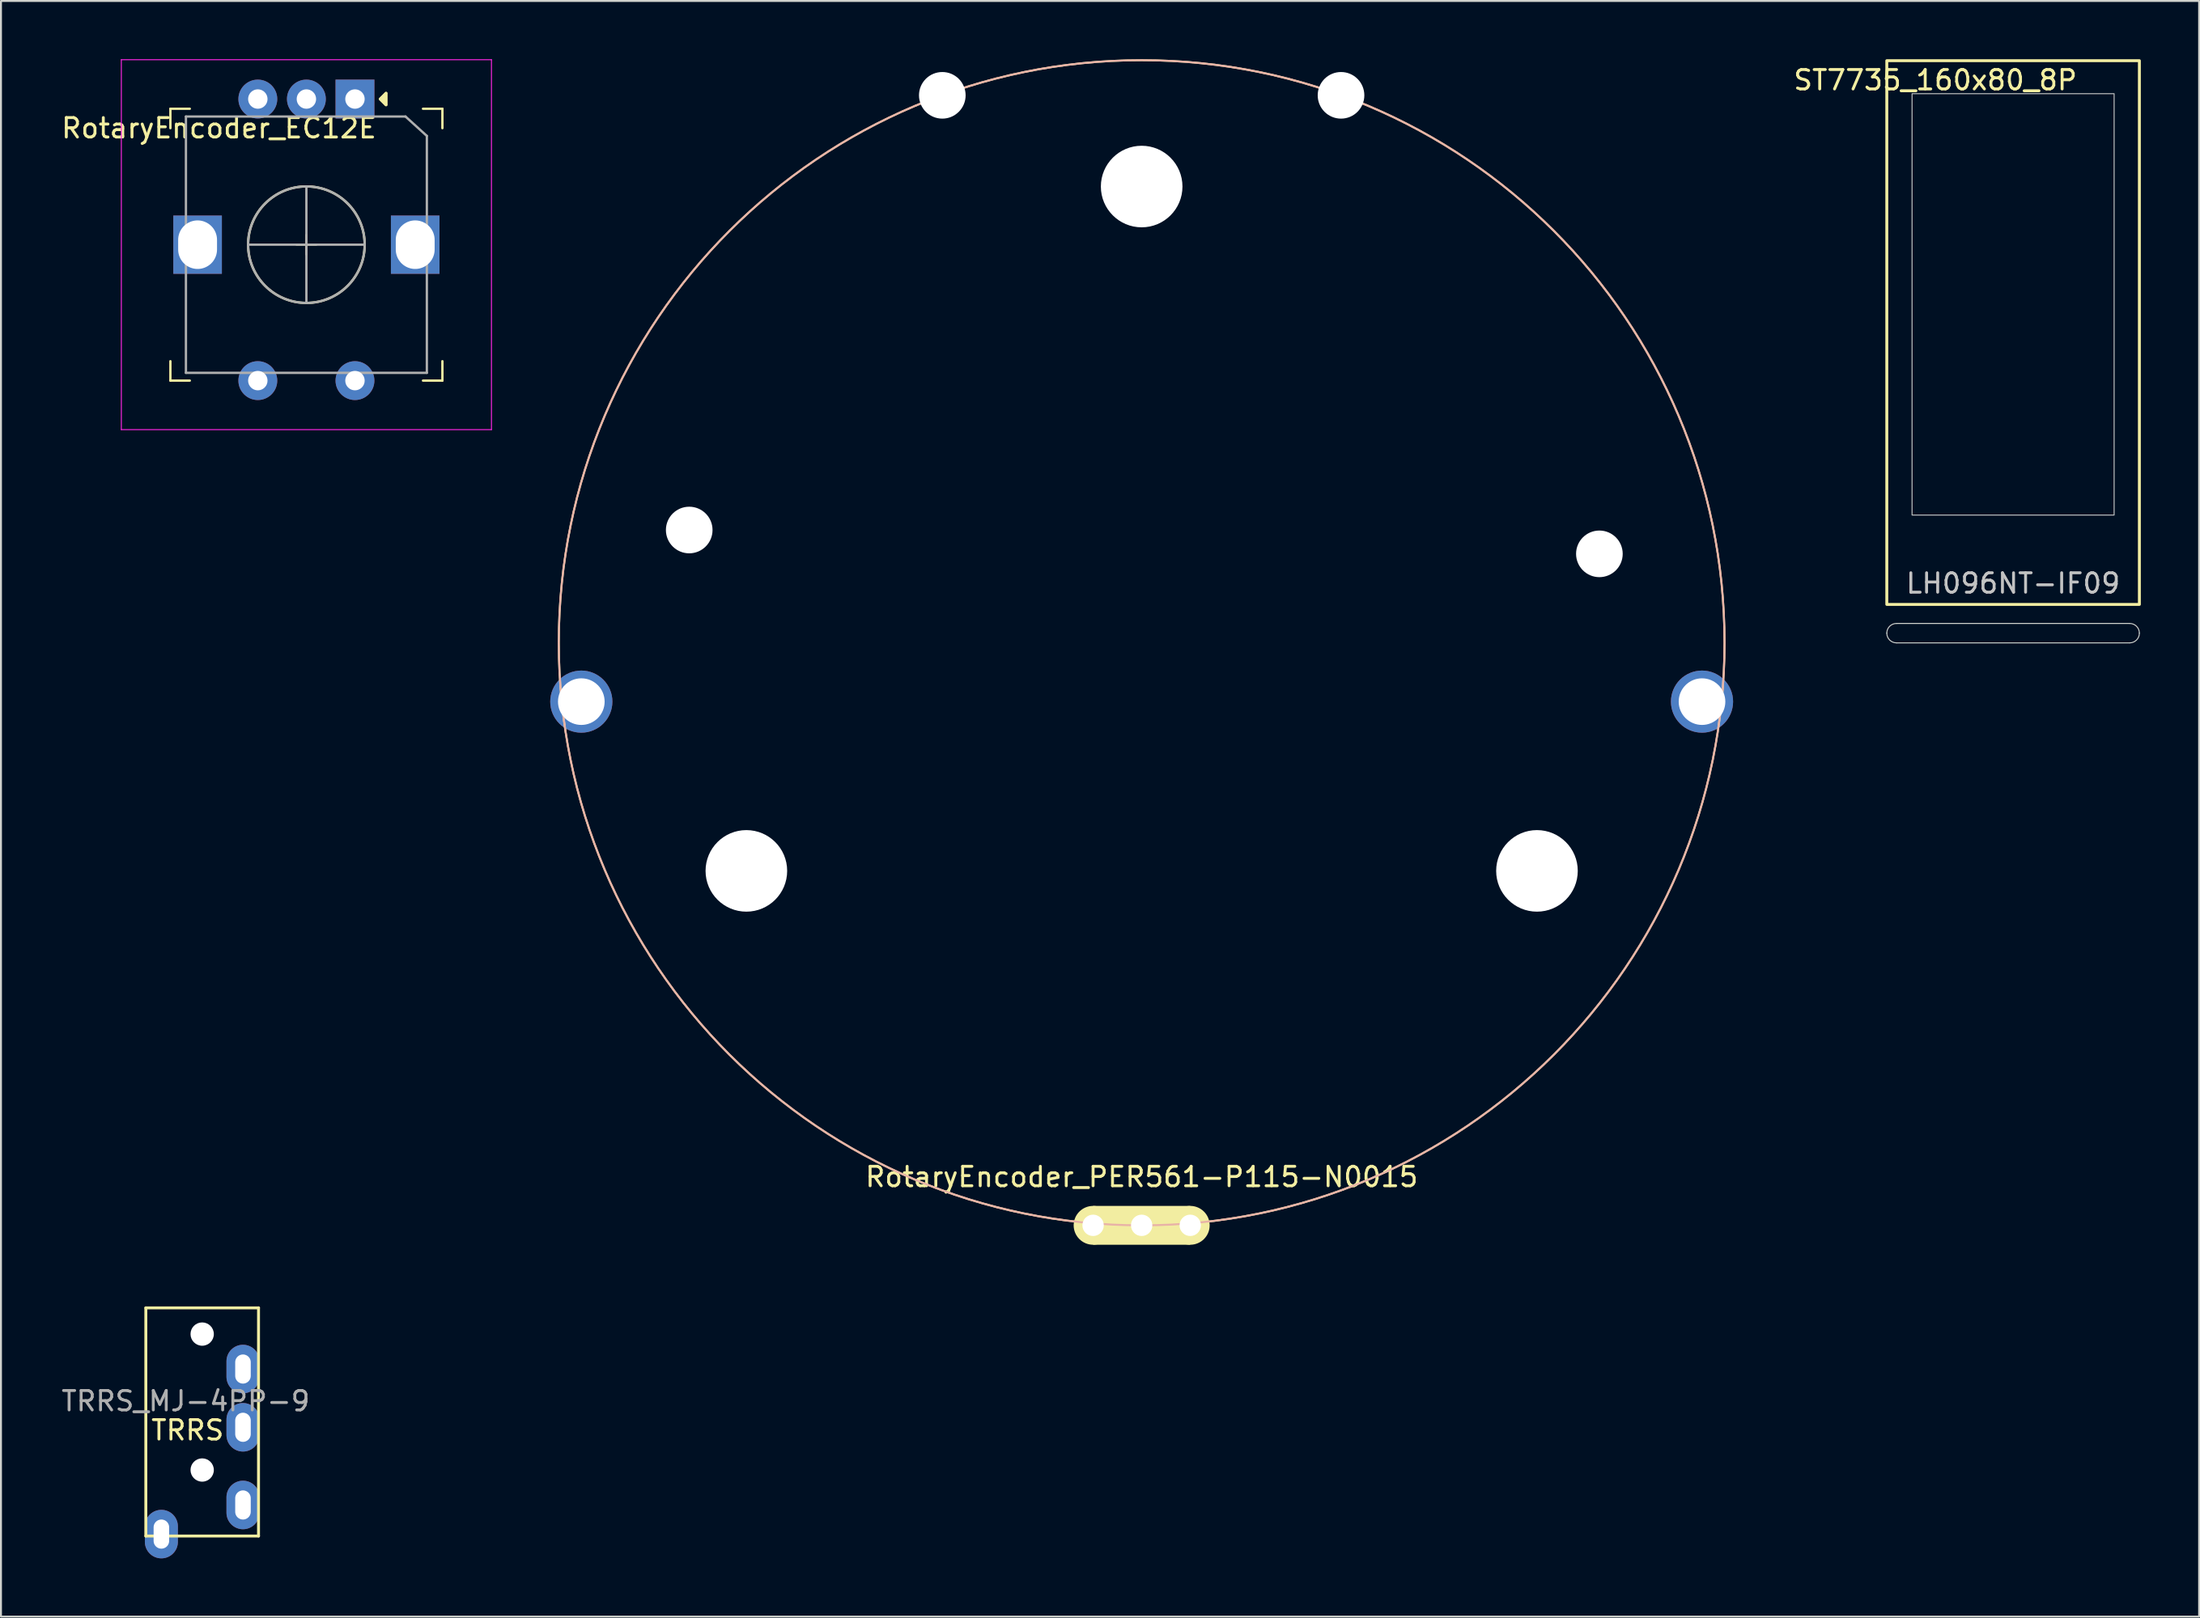
<source format=kicad_pcb>
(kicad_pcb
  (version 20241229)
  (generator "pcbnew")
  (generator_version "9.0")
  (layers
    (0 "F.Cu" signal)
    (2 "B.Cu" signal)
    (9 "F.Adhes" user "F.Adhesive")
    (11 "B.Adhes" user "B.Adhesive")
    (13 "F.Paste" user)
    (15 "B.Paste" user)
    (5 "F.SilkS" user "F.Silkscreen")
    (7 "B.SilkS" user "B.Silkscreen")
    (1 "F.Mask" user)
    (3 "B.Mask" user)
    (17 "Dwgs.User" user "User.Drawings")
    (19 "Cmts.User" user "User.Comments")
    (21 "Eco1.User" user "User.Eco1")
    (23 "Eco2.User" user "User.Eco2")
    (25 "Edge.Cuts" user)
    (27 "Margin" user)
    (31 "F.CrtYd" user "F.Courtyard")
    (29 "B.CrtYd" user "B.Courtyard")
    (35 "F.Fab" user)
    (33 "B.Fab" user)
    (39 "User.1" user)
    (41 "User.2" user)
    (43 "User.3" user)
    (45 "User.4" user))
  (footprint "RotaryEncoder_EC12E"
    (layer "F.Cu")
    (at 12.72 9.55)
    (property "Reference" "RotaryEncoder_EC12E" (at -4.5 -6 0) (unlocked yes) (layer "F.SilkS") (effects (font (size 1 1) (thickness 0.15))))
    (attr through_hole)
    (fp_line (start -7 -7) (end -7 -6) (stroke (width 0.12) (type solid)) (layer "F.SilkS"))
    (fp_line (start -7 6) (end -7 7) (stroke (width 0.12) (type solid)) (layer "F.SilkS"))
    (fp_line (start -7 7) (end -6 7) (stroke (width 0.12) (type solid)) (layer "F.SilkS"))
    (fp_line (start -6 -7) (end -7 -7) (stroke (width 0.12) (type solid)) (layer "F.SilkS"))
    (fp_line (start 0 -0.5) (end 0 0.5) (stroke (width 0.12) (type solid)) (layer "F.SilkS"))
    (fp_line (start 0.5 0) (end -0.5 0) (stroke (width 0.12) (type solid)) (layer "F.SilkS"))
    (fp_line (start 3.8 -7.5) (end 4.1 -7.8) (stroke (width 0.12) (type solid)) (layer "F.SilkS"))
    (fp_line (start 4.1 -7.8) (end 4.1 -7.2) (stroke (width 0.12) (type solid)) (layer "F.SilkS"))
    (fp_line (start 4.1 -7.2) (end 3.8 -7.5) (stroke (width 0.12) (type solid)) (layer "F.SilkS"))
    (fp_line (start 6 7) (end 7 7) (stroke (width 0.12) (type solid)) (layer "F.SilkS"))
    (fp_line (start 7 -7) (end 6 -7) (stroke (width 0.12) (type solid)) (layer "F.SilkS"))
    (fp_line (start 7 -6) (end 7 -7) (stroke (width 0.12) (type solid)) (layer "F.SilkS"))
    (fp_line (start 7 6) (end 7 7) (stroke (width 0.12) (type solid)) (layer "F.SilkS"))
    (fp_circle (center 0 0) (end 0 3) (stroke (width 0.12) (type solid)) (fill no) (layer "F.SilkS"))
    (fp_poly (pts (xy 3.8 -7.5) (xy 4.1 -7.8) (xy 4.1 -7.2)) (stroke (width 0.15) (type solid)) (fill yes) (layer "F.SilkS"))
    (fp_line (start -7 -7) (end -7 7) (stroke (width 0.12) (type solid)) (layer "Eco1.User"))
    (fp_line (start -7 7) (end -3.75 7) (stroke (width 0.12) (type solid)) (layer "Eco1.User"))
    (fp_line (start -3.75 8) (end -3.75 7) (stroke (width 0.12) (type solid)) (layer "Eco1.User"))
    (fp_line (start -3.5 -8.5) (end -3.5 -7) (stroke (width 0.12) (type solid)) (layer "Eco1.User"))
    (fp_line (start -3.5 -7) (end -7 -7) (stroke (width 0.12) (type solid)) (layer "Eco1.User"))
    (fp_line (start 3.75 -8.5) (end -3.5 -8.5) (stroke (width 0.12) (type solid)) (layer "Eco1.User"))
    (fp_line (start 3.75 -7) (end 3.75 -8.5) (stroke (width 0.12) (type solid)) (layer "Eco1.User"))
    (fp_line (start 3.75 -7) (end 7 -7) (stroke (width 0.12) (type solid)) (layer "Eco1.User"))
    (fp_line (start 3.75 7) (end 3.75 8) (stroke (width 0.12) (type solid)) (layer "Eco1.User"))
    (fp_line (start 3.75 7) (end 7 7) (stroke (width 0.12) (type solid)) (layer "Eco1.User"))
    (fp_line (start 3.75 8) (end -3.75 8) (stroke (width 0.12) (type solid)) (layer "Eco1.User"))
    (fp_line (start 7 7) (end 7 -7) (stroke (width 0.12) (type solid)) (layer "Eco1.User"))
    (fp_line (start -9.525 9.525) (end -9.525 -9.525) (stroke (width 0.05) (type solid)) (layer "F.CrtYd"))
    (fp_line (start -9.525 9.525) (end 9.525 9.525) (stroke (width 0.05) (type solid)) (layer "F.CrtYd"))
    (fp_line (start 9.525 -9.525) (end -9.525 -9.525) (stroke (width 0.05) (type solid)) (layer "F.CrtYd"))
    (fp_line (start 9.525 -9.525) (end 9.525 9.525) (stroke (width 0.05) (type solid)) (layer "F.CrtYd"))
    (fp_line (start -6.2 -6.6) (end 5.1 -6.6) (stroke (width 0.12) (type solid)) (layer "F.Fab"))
    (fp_line (start -6.2 6.6) (end -6.2 -6.6) (stroke (width 0.12) (type solid)) (layer "F.Fab"))
    (fp_line (start 0 -3) (end 0 3) (stroke (width 0.12) (type solid)) (layer "F.Fab"))
    (fp_line (start 3 0) (end -3 0) (stroke (width 0.12) (type solid)) (layer "F.Fab"))
    (fp_line (start 5.1 -6.6) (end 6.2 -5.6) (stroke (width 0.12) (type solid)) (layer "F.Fab"))
    (fp_line (start 6.2 -5.6) (end 6.2 6.6) (stroke (width 0.12) (type solid)) (layer "F.Fab"))
    (fp_line (start 6.2 6.6) (end -6.2 6.6) (stroke (width 0.12) (type solid)) (layer "F.Fab"))
    (fp_circle (center 0 0) (end 0 3) (stroke (width 0.12) (type solid)) (fill no) (layer "F.Fab"))
    (pad "A" thru_hole rect (at 2.5 -7.5 270) (size 2 2) (drill 1) (layers "*.Cu" "*.Mask"))
    (pad "B" thru_hole circle (at -2.5 -7.5 270) (size 2 2) (drill 1) (layers "*.Cu" "*.Mask"))
    (pad "C" thru_hole circle (at 0 -7.5 270) (size 2 2) (drill 1) (layers "*.Cu" "*.Mask"))
    (pad "MP" thru_hole rect (at -5.6 0 270) (size 3 2.5) (drill oval 2.5 2) (layers "*.Cu" "*.Mask"))
    (pad "MP" thru_hole rect (at 5.6 0 270) (size 3 2.5) (drill oval 2.5 2) (layers "*.Cu" "*.Mask"))
    (pad "S1" thru_hole circle (at 2.5 7 270) (size 2 2) (drill 1) (layers "*.Cu" "*.Mask"))
    (pad "S2" thru_hole circle (at -2.5 7 270) (size 2 2) (drill 1) (layers "*.Cu" "*.Mask")))
  (footprint "ST7735_160x80_8P"
    (layer "F.Cu")
    (at 100.563 14.075)
    (property "Reference" "ST7735_160x80_8P" (at -4 -13 0) (unlocked yes) (layer "F.SilkS") (effects (font (size 1 1) (thickness 0.15))))
    (attr smd)
    (fp_rect (start -6.5 -14) (end 6.5 14) (stroke (width 0.15) (type default)) (fill no) (layer "F.SilkS"))
    (fp_rect (start -5.2 -12.3) (end 5.2 9.4) (stroke (width 0.05) (type default)) (fill no) (layer "Dwgs.User"))
    (fp_line (start 0 14) (end 0 -5) (stroke (width 0.05) (type default)) (layer "Eco1.User"))
    (fp_line (start -6 14.98) (end 6 14.98) (stroke (width 0.05) (type default)) (layer "Edge.Cuts"))
    (fp_line (start -6 15.98) (end 6 15.98) (stroke (width 0.05) (type default)) (layer "Edge.Cuts"))
    (fp_arc (start -6.5 15.48) (mid -6.353553 15.126447) (end -6 14.98) (stroke (width 0.05) (type default)) (layer "Edge.Cuts"))
    (fp_arc (start -6 15.98) (mid -6.353553 15.833553) (end -6.5 15.48) (stroke (width 0.05) (type default)) (layer "Edge.Cuts"))
    (fp_arc (start 6 14.98) (mid 6.353553 15.126447) (end 6.5 15.48) (stroke (width 0.05) (type default)) (layer "Edge.Cuts"))
    (fp_arc (start 6.5 15.48) (mid 6.353553 15.833553) (end 6 15.98) (stroke (width 0.05) (type default)) (layer "Edge.Cuts"))
    (fp_text user "LH096NT-IF09" (at 0 13.5 0) (unlocked yes) (layer "Dwgs.User") (effects (font (size 1 1) (thickness 0.15)) (justify bottom))))
  (footprint "RotaryEncoder_PER561-P115-N0015"
    (layer "F.Cu")
    (at 55.711 30.05)
    (property "Reference" "RotaryEncoder_PER561-P115-N0015" (at 0 27.506 0) (unlocked yes) (layer "F.SilkS") (effects (font (size 1 1) (thickness 0.15))))
    (attr through_hole)
    (fp_rect (start -2.5 29) (end 2.5 31) (stroke (width 0) (type solid)) (fill yes) (layer "F.SilkS"))
    (fp_circle (center -2.5 30) (end -1.5 30) (stroke (width 0) (type solid)) (fill yes) (layer "F.SilkS"))
    (fp_circle (center 0 0) (end 30 0) (stroke (width 0.1) (type solid)) (fill no) (layer "F.SilkS"))
    (fp_circle (center 2.5 30) (end 3.5 30) (stroke (width 0) (type solid)) (fill yes) (layer "F.SilkS"))
    (fp_circle (center 0 0) (end 30 0) (stroke (width 0.1) (type solid)) (fill no) (layer "B.SilkS"))
    (fp_circle (center 0 0) (end 23.494 0) (stroke (width 0.1) (type solid)) (fill no) (layer "Eco1.User"))
    (fp_circle (center 0 0) (end 24 0) (stroke (width 0.1) (type solid)) (fill no) (layer "Eco1.User"))
    (fp_circle (center 0 0) (end 29 0) (stroke (width 0.1) (type solid)) (fill no) (layer "Eco1.User"))
    (pad "" np_thru_hole circle (at -23.287 -5.806) (size 2.4 2.4) (drill 2.4) (layers "*.Cu" "*.Mask"))
    (pad "" np_thru_hole circle (at -20.346 11.747) (size 4.2 4.2) (drill 4.2) (layers "*.Cu" "*.Mask"))
    (pad "" np_thru_hole circle (at -10.261 -28.191) (size 2.4 2.4) (drill 2.4) (layers "*.Cu" "*.Mask"))
    (pad "" np_thru_hole circle (at 0 -23.494) (size 4.2 4.2) (drill 4.2) (layers "*.Cu" "*.Mask"))
    (pad "" np_thru_hole circle (at 10.261 -28.191) (size 2.4 2.4) (drill 2.4) (layers "*.Cu" "*.Mask"))
    (pad "" np_thru_hole circle (at 20.346 11.747) (size 4.2 4.2) (drill 4.2) (layers "*.Cu" "*.Mask"))
    (pad "" np_thru_hole circle (at 23.559 -4.579) (size 2.4 2.4) (drill 2.4) (layers "*.Cu" "*.Mask"))
    (pad "A" thru_hole circle (at -2.5 30) (size 1.5 1.5) (drill 1.1) (layers "*.Cu" "*.Mask"))
    (pad "B" thru_hole circle (at 2.5 30) (size 1.5 1.5) (drill 1.1) (layers "*.Cu" "*.Mask"))
    (pad "C" thru_hole circle (at 0 30) (size 1.5 1.5) (drill 1.1) (layers "*.Cu" "*.Mask"))
    (pad "MT" thru_hole circle (at -28.841 3.031) (size 3.2 3.2) (drill 2.4) (layers "*.Cu" "*.Mask"))
    (pad "MT" thru_hole circle (at 28.841 3.031) (size 3.2 3.2) (drill 2.4) (layers "*.Cu" "*.Mask")))
  (footprint "TRRS_MJ-4PP-9"
    (layer "F.Cu")
    (at 4.456 64.3)
    (property "Reference" "TRRS_MJ-4PP-9" (at 2.05 4.8 0) (layer "F.Fab") (effects (font (size 1 1) (thickness 0.15))))
    (attr through_hole)
    (fp_line (start 0 0) (end 5.8 0) (stroke (width 0.15) (type solid)) (layer "F.SilkS"))
    (fp_line (start 0 11.75) (end 0 0) (stroke (width 0.15) (type solid)) (layer "F.SilkS"))
    (fp_line (start 5.8 0) (end 5.8 11.75) (stroke (width 0.15) (type solid)) (layer "F.SilkS"))
    (fp_line (start 5.8 11.75) (end 0 11.75) (stroke (width 0.15) (type solid)) (layer "F.SilkS"))
    (fp_text user "TRRS" (at 2.15 6.3 0) (layer "F.SilkS") (effects (font (size 1 1) (thickness 0.15))))
    (pad "" np_thru_hole circle (at 2.9 1.35) (size 1.2 1.2) (drill 1.2) (layers "*.Cu" "*.Mask"))
    (pad "" np_thru_hole circle (at 2.9 8.35) (size 1.2 1.2) (drill 1.2) (layers "*.Cu" "*.Mask"))
    (pad "R1" thru_hole oval (at 5 6.15) (size 1.7 2.5) (drill oval 0.8 1.5) (layers "*.Cu" "B.Mask"))
    (pad "R2" thru_hole oval (at 5 3.15) (size 1.7 2.5) (drill oval 0.8 1.5) (layers "*.Cu" "B.Mask"))
    (pad "S" thru_hole oval (at 0.8 11.65) (size 1.7 2.5) (drill oval 0.8 1.5) (layers "*.Cu" "B.Mask"))
    (pad "T" thru_hole oval (at 5 10.15) (size 1.7 2.5) (drill oval 0.8 1.5) (layers "*.Cu" "B.Mask")))
  (gr_rect
    (start -3 -3)
    (end 110.138 80.2)
    (stroke (width 0.1) (type default))
    (fill no)
    (layer "Edge.Cuts")))
</source>
